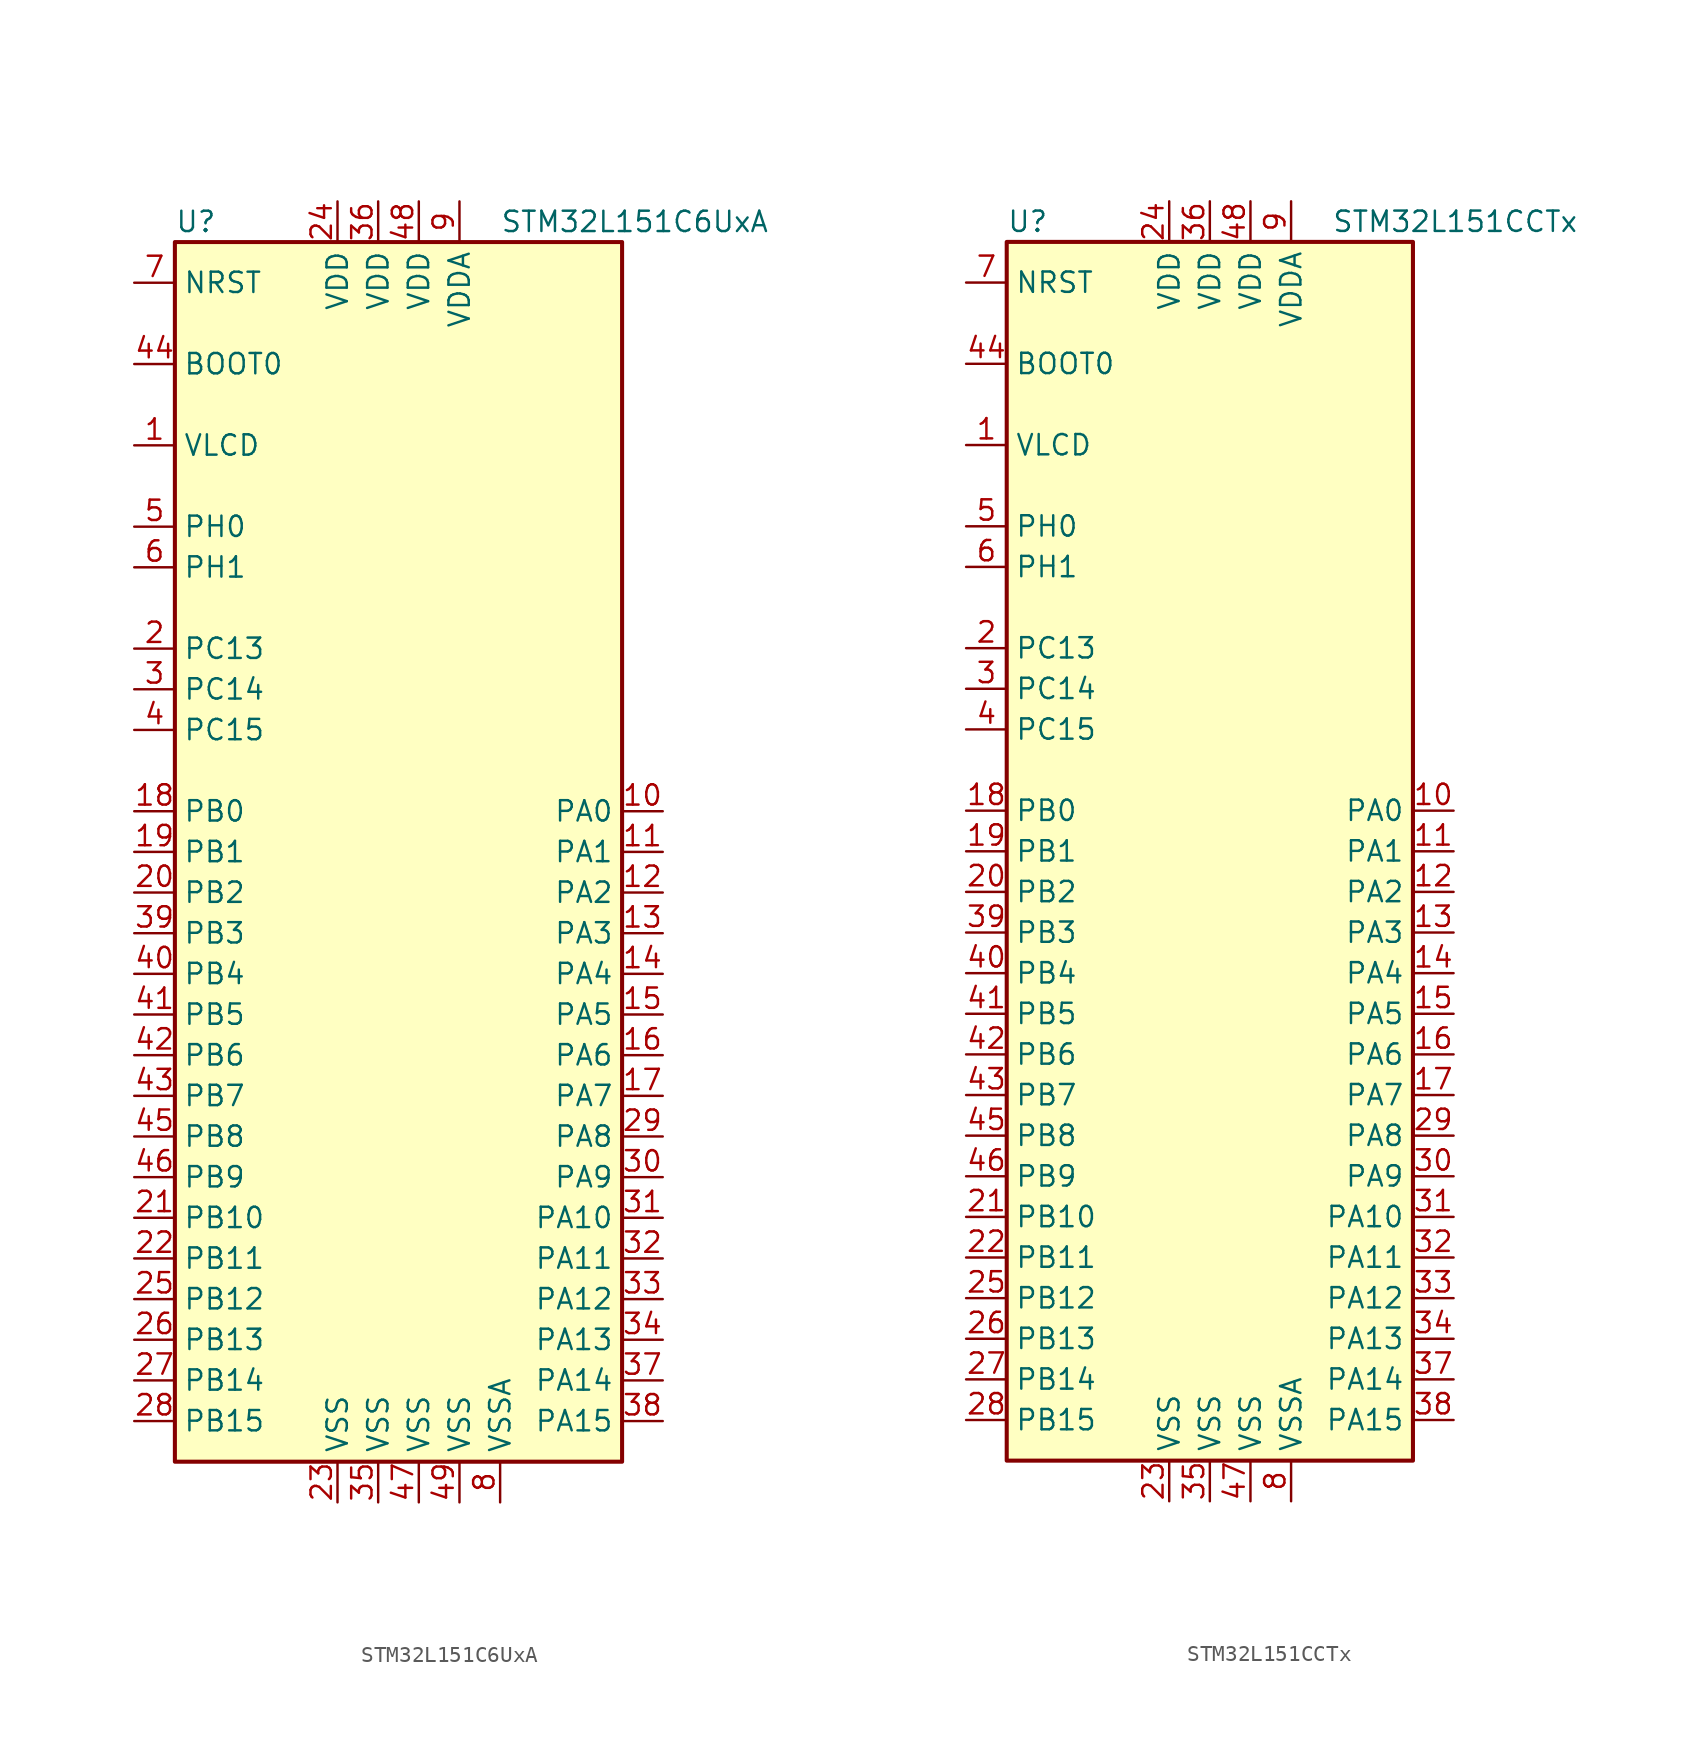
<source format=kicad_sym>
(kicad_symbol_lib
  (version 20201005)
  (generator kicad_symbol_editor)
  (symbol "STM32L151C6UxA"
    (property "Reference" "U"
      (at -15.24 39.37 0)
      (effects (font (size 1.27 1.27)) (justify left)))
    (property "Value" "STM32L151C6UxA"
      (at 5.08 39.37 0)
      (effects (font (size 1.27 1.27)) (justify left)))
    (symbol "STM32L151C6UxA_0_1"
      (rectangle (start -15.24 -38.1) (end 12.7 38.1) (stroke (width 0.254)) (fill (type background))))
    (symbol "STM32L151C6UxA_1_1"
      (pin input line (at -17.78 30.48 0) (length 2.54) (name "BOOT0" (effects (font (size 1.27 1.27)))) (number "44" (effects (font (size 1.27 1.27)))))
      (pin input line (at -17.78 35.56 0) (length 2.54) (name "NRST" (effects (font (size 1.27 1.27)))) (number "7" (effects (font (size 1.27 1.27)))))
      (pin bidirectional line (at 15.24 2.54 180) (length 2.54) (name "PA0" (effects (font (size 1.27 1.27)))) (number "10" (effects (font (size 1.27 1.27)))))
      (pin bidirectional line (at 15.24 0 180) (length 2.54) (name "PA1" (effects (font (size 1.27 1.27)))) (number "11" (effects (font (size 1.27 1.27)))))
      (pin bidirectional line (at 15.24 -22.86 180) (length 2.54) (name "PA10" (effects (font (size 1.27 1.27)))) (number "31" (effects (font (size 1.27 1.27)))))
      (pin bidirectional line (at 15.24 -25.4 180) (length 2.54) (name "PA11" (effects (font (size 1.27 1.27)))) (number "32" (effects (font (size 1.27 1.27)))))
      (pin bidirectional line (at 15.24 -27.94 180) (length 2.54) (name "PA12" (effects (font (size 1.27 1.27)))) (number "33" (effects (font (size 1.27 1.27)))))
      (pin bidirectional line (at 15.24 -30.48 180) (length 2.54) (name "PA13" (effects (font (size 1.27 1.27)))) (number "34" (effects (font (size 1.27 1.27)))))
      (pin bidirectional line (at 15.24 -33.02 180) (length 2.54) (name "PA14" (effects (font (size 1.27 1.27)))) (number "37" (effects (font (size 1.27 1.27)))))
      (pin bidirectional line (at 15.24 -35.56 180) (length 2.54) (name "PA15" (effects (font (size 1.27 1.27)))) (number "38" (effects (font (size 1.27 1.27)))))
      (pin bidirectional line (at 15.24 -2.54 180) (length 2.54) (name "PA2" (effects (font (size 1.27 1.27)))) (number "12" (effects (font (size 1.27 1.27)))))
      (pin bidirectional line (at 15.24 -5.08 180) (length 2.54) (name "PA3" (effects (font (size 1.27 1.27)))) (number "13" (effects (font (size 1.27 1.27)))))
      (pin bidirectional line (at 15.24 -7.62 180) (length 2.54) (name "PA4" (effects (font (size 1.27 1.27)))) (number "14" (effects (font (size 1.27 1.27)))))
      (pin bidirectional line (at 15.24 -10.16 180) (length 2.54) (name "PA5" (effects (font (size 1.27 1.27)))) (number "15" (effects (font (size 1.27 1.27)))))
      (pin bidirectional line (at 15.24 -12.7 180) (length 2.54) (name "PA6" (effects (font (size 1.27 1.27)))) (number "16" (effects (font (size 1.27 1.27)))))
      (pin bidirectional line (at 15.24 -15.24 180) (length 2.54) (name "PA7" (effects (font (size 1.27 1.27)))) (number "17" (effects (font (size 1.27 1.27)))))
      (pin bidirectional line (at 15.24 -17.78 180) (length 2.54) (name "PA8" (effects (font (size 1.27 1.27)))) (number "29" (effects (font (size 1.27 1.27)))))
      (pin bidirectional line (at 15.24 -20.32 180) (length 2.54) (name "PA9" (effects (font (size 1.27 1.27)))) (number "30" (effects (font (size 1.27 1.27)))))
      (pin bidirectional line (at -17.78 2.54 0) (length 2.54) (name "PB0" (effects (font (size 1.27 1.27)))) (number "18" (effects (font (size 1.27 1.27)))))
      (pin bidirectional line (at -17.78 0 0) (length 2.54) (name "PB1" (effects (font (size 1.27 1.27)))) (number "19" (effects (font (size 1.27 1.27)))))
      (pin bidirectional line (at -17.78 -22.86 0) (length 2.54) (name "PB10" (effects (font (size 1.27 1.27)))) (number "21" (effects (font (size 1.27 1.27)))))
      (pin bidirectional line (at -17.78 -25.4 0) (length 2.54) (name "PB11" (effects (font (size 1.27 1.27)))) (number "22" (effects (font (size 1.27 1.27)))))
      (pin bidirectional line (at -17.78 -27.94 0) (length 2.54) (name "PB12" (effects (font (size 1.27 1.27)))) (number "25" (effects (font (size 1.27 1.27)))))
      (pin bidirectional line (at -17.78 -30.48 0) (length 2.54) (name "PB13" (effects (font (size 1.27 1.27)))) (number "26" (effects (font (size 1.27 1.27)))))
      (pin bidirectional line (at -17.78 -33.02 0) (length 2.54) (name "PB14" (effects (font (size 1.27 1.27)))) (number "27" (effects (font (size 1.27 1.27)))))
      (pin bidirectional line (at -17.78 -35.56 0) (length 2.54) (name "PB15" (effects (font (size 1.27 1.27)))) (number "28" (effects (font (size 1.27 1.27)))))
      (pin bidirectional line (at -17.78 -2.54 0) (length 2.54) (name "PB2" (effects (font (size 1.27 1.27)))) (number "20" (effects (font (size 1.27 1.27)))))
      (pin bidirectional line (at -17.78 -5.08 0) (length 2.54) (name "PB3" (effects (font (size 1.27 1.27)))) (number "39" (effects (font (size 1.27 1.27)))))
      (pin bidirectional line (at -17.78 -7.62 0) (length 2.54) (name "PB4" (effects (font (size 1.27 1.27)))) (number "40" (effects (font (size 1.27 1.27)))))
      (pin bidirectional line (at -17.78 -10.16 0) (length 2.54) (name "PB5" (effects (font (size 1.27 1.27)))) (number "41" (effects (font (size 1.27 1.27)))))
      (pin bidirectional line (at -17.78 -12.7 0) (length 2.54) (name "PB6" (effects (font (size 1.27 1.27)))) (number "42" (effects (font (size 1.27 1.27)))))
      (pin bidirectional line (at -17.78 -15.24 0) (length 2.54) (name "PB7" (effects (font (size 1.27 1.27)))) (number "43" (effects (font (size 1.27 1.27)))))
      (pin bidirectional line (at -17.78 -17.78 0) (length 2.54) (name "PB8" (effects (font (size 1.27 1.27)))) (number "45" (effects (font (size 1.27 1.27)))))
      (pin bidirectional line (at -17.78 -20.32 0) (length 2.54) (name "PB9" (effects (font (size 1.27 1.27)))) (number "46" (effects (font (size 1.27 1.27)))))
      (pin bidirectional line (at -17.78 12.7 0) (length 2.54) (name "PC13" (effects (font (size 1.27 1.27)))) (number "2" (effects (font (size 1.27 1.27)))))
      (pin bidirectional line (at -17.78 10.16 0) (length 2.54) (name "PC14" (effects (font (size 1.27 1.27)))) (number "3" (effects (font (size 1.27 1.27)))))
      (pin bidirectional line (at -17.78 7.62 0) (length 2.54) (name "PC15" (effects (font (size 1.27 1.27)))) (number "4" (effects (font (size 1.27 1.27)))))
      (pin input line (at -17.78 20.32 0) (length 2.54) (name "PH0" (effects (font (size 1.27 1.27)))) (number "5" (effects (font (size 1.27 1.27)))))
      (pin input line (at -17.78 17.78 0) (length 2.54) (name "PH1" (effects (font (size 1.27 1.27)))) (number "6" (effects (font (size 1.27 1.27)))))
      (pin power_in line (at -5.08 40.64 270) (length 2.54) (name "VDD" (effects (font (size 1.27 1.27)))) (number "24" (effects (font (size 1.27 1.27)))))
      (pin power_in line (at -2.54 40.64 270) (length 2.54) (name "VDD" (effects (font (size 1.27 1.27)))) (number "36" (effects (font (size 1.27 1.27)))))
      (pin power_in line (at 0 40.64 270) (length 2.54) (name "VDD" (effects (font (size 1.27 1.27)))) (number "48" (effects (font (size 1.27 1.27)))))
      (pin power_in line (at 2.54 40.64 270) (length 2.54) (name "VDDA" (effects (font (size 1.27 1.27)))) (number "9" (effects (font (size 1.27 1.27)))))
      (pin power_in line (at -17.78 25.4 0) (length 2.54) (name "VLCD" (effects (font (size 1.27 1.27)))) (number "1" (effects (font (size 1.27 1.27)))))
      (pin power_in line (at -5.08 -40.64 90) (length 2.54) (name "VSS" (effects (font (size 1.27 1.27)))) (number "23" (effects (font (size 1.27 1.27)))))
      (pin power_in line (at -2.54 -40.64 90) (length 2.54) (name "VSS" (effects (font (size 1.27 1.27)))) (number "35" (effects (font (size 1.27 1.27)))))
      (pin power_in line (at 0 -40.64 90) (length 2.54) (name "VSS" (effects (font (size 1.27 1.27)))) (number "47" (effects (font (size 1.27 1.27)))))
      (pin power_in line (at 2.54 -40.64 90) (length 2.54) (name "VSS" (effects (font (size 1.27 1.27)))) (number "49" (effects (font (size 1.27 1.27)))))
      (pin power_in line (at 5.08 -40.64 90) (length 2.54) (name "VSSA" (effects (font (size 1.27 1.27)))) (number "8" (effects (font (size 1.27 1.27)))))))
  (symbol "STM32L151CCTx"
    (property "Reference" "U"
      (at -12.7 39.37 0)
      (effects (font (size 1.27 1.27)) (justify left)))
    (property "Value" "STM32L151CCTx"
      (at 7.62 39.37 0)
      (effects (font (size 1.27 1.27)) (justify left)))
    (symbol "STM32L151CCTx_0_1"
      (rectangle (start -12.7 -38.1) (end 12.7 38.1) (stroke (width 0.254)) (fill (type background))))
    (symbol "STM32L151CCTx_1_1"
      (pin input line (at -15.24 30.48 0) (length 2.54) (name "BOOT0" (effects (font (size 1.27 1.27)))) (number "44" (effects (font (size 1.27 1.27)))))
      (pin input line (at -15.24 35.56 0) (length 2.54) (name "NRST" (effects (font (size 1.27 1.27)))) (number "7" (effects (font (size 1.27 1.27)))))
      (pin bidirectional line (at 15.24 2.54 180) (length 2.54) (name "PA0" (effects (font (size 1.27 1.27)))) (number "10" (effects (font (size 1.27 1.27)))))
      (pin bidirectional line (at 15.24 0 180) (length 2.54) (name "PA1" (effects (font (size 1.27 1.27)))) (number "11" (effects (font (size 1.27 1.27)))))
      (pin bidirectional line (at 15.24 -22.86 180) (length 2.54) (name "PA10" (effects (font (size 1.27 1.27)))) (number "31" (effects (font (size 1.27 1.27)))))
      (pin bidirectional line (at 15.24 -25.4 180) (length 2.54) (name "PA11" (effects (font (size 1.27 1.27)))) (number "32" (effects (font (size 1.27 1.27)))))
      (pin bidirectional line (at 15.24 -27.94 180) (length 2.54) (name "PA12" (effects (font (size 1.27 1.27)))) (number "33" (effects (font (size 1.27 1.27)))))
      (pin bidirectional line (at 15.24 -30.48 180) (length 2.54) (name "PA13" (effects (font (size 1.27 1.27)))) (number "34" (effects (font (size 1.27 1.27)))))
      (pin bidirectional line (at 15.24 -33.02 180) (length 2.54) (name "PA14" (effects (font (size 1.27 1.27)))) (number "37" (effects (font (size 1.27 1.27)))))
      (pin bidirectional line (at 15.24 -35.56 180) (length 2.54) (name "PA15" (effects (font (size 1.27 1.27)))) (number "38" (effects (font (size 1.27 1.27)))))
      (pin bidirectional line (at 15.24 -2.54 180) (length 2.54) (name "PA2" (effects (font (size 1.27 1.27)))) (number "12" (effects (font (size 1.27 1.27)))))
      (pin bidirectional line (at 15.24 -5.08 180) (length 2.54) (name "PA3" (effects (font (size 1.27 1.27)))) (number "13" (effects (font (size 1.27 1.27)))))
      (pin bidirectional line (at 15.24 -7.62 180) (length 2.54) (name "PA4" (effects (font (size 1.27 1.27)))) (number "14" (effects (font (size 1.27 1.27)))))
      (pin bidirectional line (at 15.24 -10.16 180) (length 2.54) (name "PA5" (effects (font (size 1.27 1.27)))) (number "15" (effects (font (size 1.27 1.27)))))
      (pin bidirectional line (at 15.24 -12.7 180) (length 2.54) (name "PA6" (effects (font (size 1.27 1.27)))) (number "16" (effects (font (size 1.27 1.27)))))
      (pin bidirectional line (at 15.24 -15.24 180) (length 2.54) (name "PA7" (effects (font (size 1.27 1.27)))) (number "17" (effects (font (size 1.27 1.27)))))
      (pin bidirectional line (at 15.24 -17.78 180) (length 2.54) (name "PA8" (effects (font (size 1.27 1.27)))) (number "29" (effects (font (size 1.27 1.27)))))
      (pin bidirectional line (at 15.24 -20.32 180) (length 2.54) (name "PA9" (effects (font (size 1.27 1.27)))) (number "30" (effects (font (size 1.27 1.27)))))
      (pin bidirectional line (at -15.24 2.54 0) (length 2.54) (name "PB0" (effects (font (size 1.27 1.27)))) (number "18" (effects (font (size 1.27 1.27)))))
      (pin bidirectional line (at -15.24 0 0) (length 2.54) (name "PB1" (effects (font (size 1.27 1.27)))) (number "19" (effects (font (size 1.27 1.27)))))
      (pin bidirectional line (at -15.24 -22.86 0) (length 2.54) (name "PB10" (effects (font (size 1.27 1.27)))) (number "21" (effects (font (size 1.27 1.27)))))
      (pin bidirectional line (at -15.24 -25.4 0) (length 2.54) (name "PB11" (effects (font (size 1.27 1.27)))) (number "22" (effects (font (size 1.27 1.27)))))
      (pin bidirectional line (at -15.24 -27.94 0) (length 2.54) (name "PB12" (effects (font (size 1.27 1.27)))) (number "25" (effects (font (size 1.27 1.27)))))
      (pin bidirectional line (at -15.24 -30.48 0) (length 2.54) (name "PB13" (effects (font (size 1.27 1.27)))) (number "26" (effects (font (size 1.27 1.27)))))
      (pin bidirectional line (at -15.24 -33.02 0) (length 2.54) (name "PB14" (effects (font (size 1.27 1.27)))) (number "27" (effects (font (size 1.27 1.27)))))
      (pin bidirectional line (at -15.24 -35.56 0) (length 2.54) (name "PB15" (effects (font (size 1.27 1.27)))) (number "28" (effects (font (size 1.27 1.27)))))
      (pin bidirectional line (at -15.24 -2.54 0) (length 2.54) (name "PB2" (effects (font (size 1.27 1.27)))) (number "20" (effects (font (size 1.27 1.27)))))
      (pin bidirectional line (at -15.24 -5.08 0) (length 2.54) (name "PB3" (effects (font (size 1.27 1.27)))) (number "39" (effects (font (size 1.27 1.27)))))
      (pin bidirectional line (at -15.24 -7.62 0) (length 2.54) (name "PB4" (effects (font (size 1.27 1.27)))) (number "40" (effects (font (size 1.27 1.27)))))
      (pin bidirectional line (at -15.24 -10.16 0) (length 2.54) (name "PB5" (effects (font (size 1.27 1.27)))) (number "41" (effects (font (size 1.27 1.27)))))
      (pin bidirectional line (at -15.24 -12.7 0) (length 2.54) (name "PB6" (effects (font (size 1.27 1.27)))) (number "42" (effects (font (size 1.27 1.27)))))
      (pin bidirectional line (at -15.24 -15.24 0) (length 2.54) (name "PB7" (effects (font (size 1.27 1.27)))) (number "43" (effects (font (size 1.27 1.27)))))
      (pin bidirectional line (at -15.24 -17.78 0) (length 2.54) (name "PB8" (effects (font (size 1.27 1.27)))) (number "45" (effects (font (size 1.27 1.27)))))
      (pin bidirectional line (at -15.24 -20.32 0) (length 2.54) (name "PB9" (effects (font (size 1.27 1.27)))) (number "46" (effects (font (size 1.27 1.27)))))
      (pin bidirectional line (at -15.24 12.7 0) (length 2.54) (name "PC13" (effects (font (size 1.27 1.27)))) (number "2" (effects (font (size 1.27 1.27)))))
      (pin bidirectional line (at -15.24 10.16 0) (length 2.54) (name "PC14" (effects (font (size 1.27 1.27)))) (number "3" (effects (font (size 1.27 1.27)))))
      (pin bidirectional line (at -15.24 7.62 0) (length 2.54) (name "PC15" (effects (font (size 1.27 1.27)))) (number "4" (effects (font (size 1.27 1.27)))))
      (pin input line (at -15.24 20.32 0) (length 2.54) (name "PH0" (effects (font (size 1.27 1.27)))) (number "5" (effects (font (size 1.27 1.27)))))
      (pin input line (at -15.24 17.78 0) (length 2.54) (name "PH1" (effects (font (size 1.27 1.27)))) (number "6" (effects (font (size 1.27 1.27)))))
      (pin power_in line (at -2.54 40.64 270) (length 2.54) (name "VDD" (effects (font (size 1.27 1.27)))) (number "24" (effects (font (size 1.27 1.27)))))
      (pin power_in line (at 0 40.64 270) (length 2.54) (name "VDD" (effects (font (size 1.27 1.27)))) (number "36" (effects (font (size 1.27 1.27)))))
      (pin power_in line (at 2.54 40.64 270) (length 2.54) (name "VDD" (effects (font (size 1.27 1.27)))) (number "48" (effects (font (size 1.27 1.27)))))
      (pin power_in line (at 5.08 40.64 270) (length 2.54) (name "VDDA" (effects (font (size 1.27 1.27)))) (number "9" (effects (font (size 1.27 1.27)))))
      (pin power_in line (at -15.24 25.4 0) (length 2.54) (name "VLCD" (effects (font (size 1.27 1.27)))) (number "1" (effects (font (size 1.27 1.27)))))
      (pin power_in line (at -2.54 -40.64 90) (length 2.54) (name "VSS" (effects (font (size 1.27 1.27)))) (number "23" (effects (font (size 1.27 1.27)))))
      (pin power_in line (at 0 -40.64 90) (length 2.54) (name "VSS" (effects (font (size 1.27 1.27)))) (number "35" (effects (font (size 1.27 1.27)))))
      (pin power_in line (at 2.54 -40.64 90) (length 2.54) (name "VSS" (effects (font (size 1.27 1.27)))) (number "47" (effects (font (size 1.27 1.27)))))
      (pin power_in line (at 5.08 -40.64 90) (length 2.54) (name "VSSA" (effects (font (size 1.27 1.27)))) (number "8" (effects (font (size 1.27 1.27))))))))
</source>
